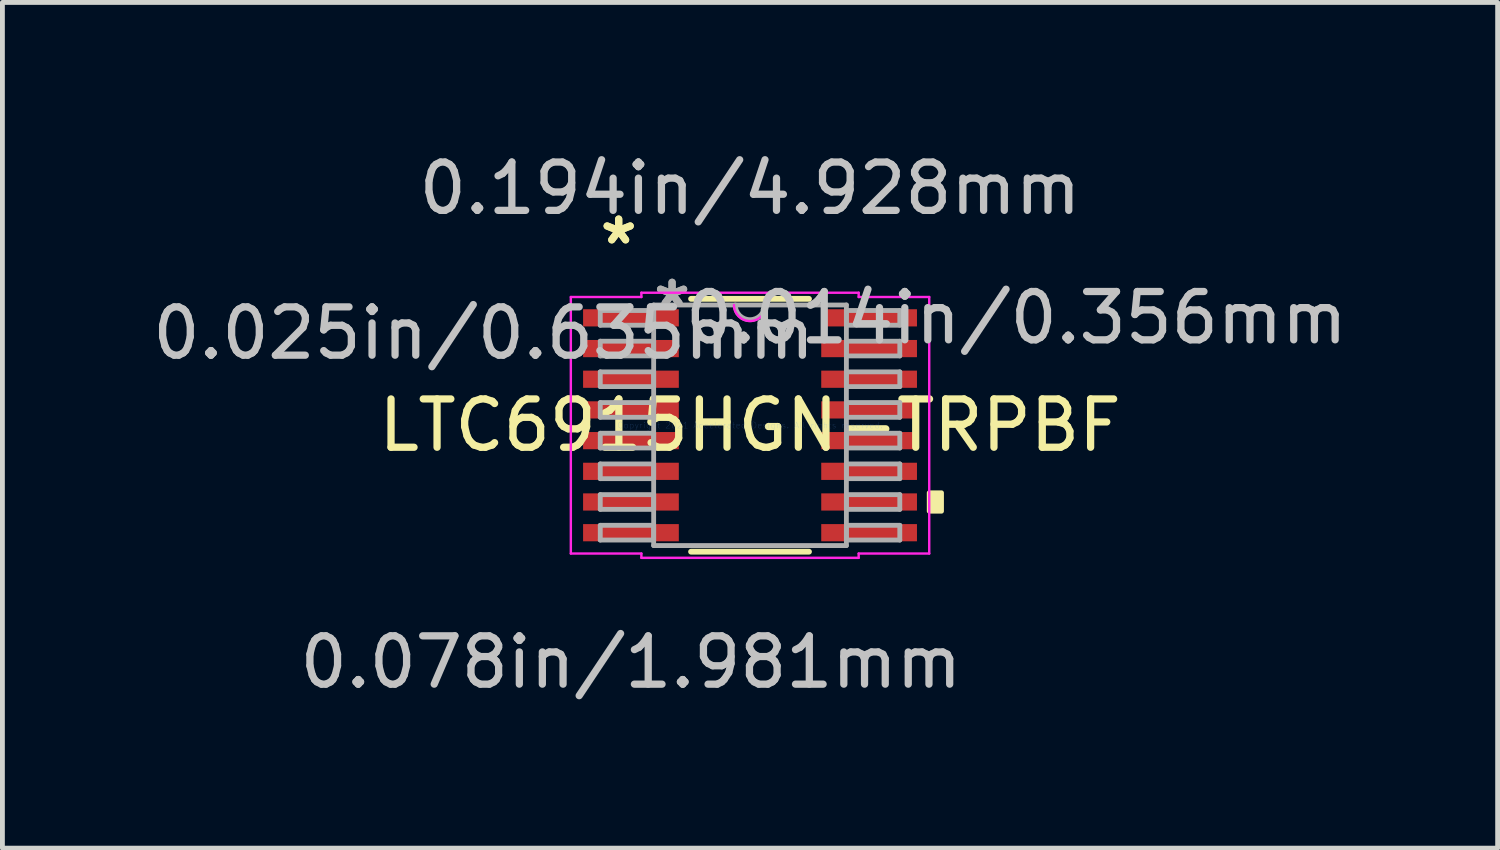
<source format=kicad_pcb>
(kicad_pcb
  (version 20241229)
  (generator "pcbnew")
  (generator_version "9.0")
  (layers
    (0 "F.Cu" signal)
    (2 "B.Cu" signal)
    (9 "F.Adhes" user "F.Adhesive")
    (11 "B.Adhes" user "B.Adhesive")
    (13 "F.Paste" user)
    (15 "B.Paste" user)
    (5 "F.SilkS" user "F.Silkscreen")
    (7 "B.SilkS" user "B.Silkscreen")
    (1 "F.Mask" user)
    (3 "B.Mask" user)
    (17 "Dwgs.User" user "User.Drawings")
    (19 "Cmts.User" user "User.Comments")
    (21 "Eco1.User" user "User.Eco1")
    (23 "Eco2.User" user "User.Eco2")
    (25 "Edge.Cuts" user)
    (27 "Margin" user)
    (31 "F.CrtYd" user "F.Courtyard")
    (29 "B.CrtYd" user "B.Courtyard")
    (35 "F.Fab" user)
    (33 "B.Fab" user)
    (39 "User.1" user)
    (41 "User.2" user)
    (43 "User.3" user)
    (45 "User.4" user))
  (footprint "LTC6915HGN-TRPBF"
    (layer "F.Cu")
    (at 12.47 5.75)
    (property "Reference" "LTC6915HGN-TRPBF" (at 0 0 0) (layer "F.SilkS") (effects (font (size 1 1) (thickness 0.15))))
    (attr through_hole)
    (fp_line (start -1.22 2.616) (end 1.22 2.616) (stroke (width 0.12) (type solid)) (layer "F.SilkS"))
    (fp_line (start 1.22 -2.616) (end -1.22 -2.616) (stroke (width 0.12) (type solid)) (layer "F.SilkS"))
    (fp_poly (pts (xy 3.962 1.397) (xy 3.962 1.778) (xy 3.708 1.778) (xy 3.708 1.397)) (stroke (width 0.1) (type solid)) (fill yes) (layer "F.SilkS"))
    (fp_line (start -3.708 -2.654) (end -2.248 -2.654) (stroke (width 0.05) (type solid)) (layer "F.CrtYd"))
    (fp_line (start -3.708 2.654) (end -3.708 -2.654) (stroke (width 0.05) (type solid)) (layer "F.CrtYd"))
    (fp_line (start -2.248 -2.743) (end 2.248 -2.743) (stroke (width 0.05) (type solid)) (layer "F.CrtYd"))
    (fp_line (start -2.248 -2.654) (end -2.248 -2.743) (stroke (width 0.05) (type solid)) (layer "F.CrtYd"))
    (fp_line (start -2.248 2.654) (end -3.708 2.654) (stroke (width 0.05) (type solid)) (layer "F.CrtYd"))
    (fp_line (start -2.248 2.743) (end -2.248 2.654) (stroke (width 0.05) (type solid)) (layer "F.CrtYd"))
    (fp_line (start 2.248 -2.743) (end 2.248 -2.654) (stroke (width 0.05) (type solid)) (layer "F.CrtYd"))
    (fp_line (start 2.248 -2.654) (end 3.708 -2.654) (stroke (width 0.05) (type solid)) (layer "F.CrtYd"))
    (fp_line (start 2.248 2.654) (end 2.248 2.743) (stroke (width 0.05) (type solid)) (layer "F.CrtYd"))
    (fp_line (start 2.248 2.743) (end -2.248 2.743) (stroke (width 0.05) (type solid)) (layer "F.CrtYd"))
    (fp_line (start 3.708 -2.654) (end 3.708 2.654) (stroke (width 0.05) (type solid)) (layer "F.CrtYd"))
    (fp_line (start 3.708 2.654) (end 2.248 2.654) (stroke (width 0.05) (type solid)) (layer "F.CrtYd"))
    (fp_arc (start 0.332317 -2.4892) (mid 0 -2.156883) (end -0.332317 -2.4892) (stroke (width 0.05) (type solid)) (layer "F.CrtYd"))
    (fp_line (start -3.099 -2.375) (end -3.099 -2.07) (stroke (width 0.1) (type solid)) (layer "F.Fab"))
    (fp_line (start -3.099 -2.07) (end -1.994 -2.07) (stroke (width 0.1) (type solid)) (layer "F.Fab"))
    (fp_line (start -3.099 -1.74) (end -3.099 -1.435) (stroke (width 0.1) (type solid)) (layer "F.Fab"))
    (fp_line (start -3.099 -1.435) (end -1.994 -1.435) (stroke (width 0.1) (type solid)) (layer "F.Fab"))
    (fp_line (start -3.099 -1.105) (end -3.099 -0.8) (stroke (width 0.1) (type solid)) (layer "F.Fab"))
    (fp_line (start -3.099 -0.8) (end -1.994 -0.8) (stroke (width 0.1) (type solid)) (layer "F.Fab"))
    (fp_line (start -3.099 -0.47) (end -3.099 -0.165) (stroke (width 0.1) (type solid)) (layer "F.Fab"))
    (fp_line (start -3.099 -0.165) (end -1.994 -0.165) (stroke (width 0.1) (type solid)) (layer "F.Fab"))
    (fp_line (start -3.099 0.165) (end -3.099 0.47) (stroke (width 0.1) (type solid)) (layer "F.Fab"))
    (fp_line (start -3.099 0.47) (end -1.994 0.47) (stroke (width 0.1) (type solid)) (layer "F.Fab"))
    (fp_line (start -3.099 0.8) (end -3.099 1.105) (stroke (width 0.1) (type solid)) (layer "F.Fab"))
    (fp_line (start -3.099 1.105) (end -1.994 1.105) (stroke (width 0.1) (type solid)) (layer "F.Fab"))
    (fp_line (start -3.099 1.435) (end -3.099 1.74) (stroke (width 0.1) (type solid)) (layer "F.Fab"))
    (fp_line (start -3.099 1.74) (end -1.994 1.74) (stroke (width 0.1) (type solid)) (layer "F.Fab"))
    (fp_line (start -3.099 2.07) (end -3.099 2.375) (stroke (width 0.1) (type solid)) (layer "F.Fab"))
    (fp_line (start -3.099 2.375) (end -1.994 2.375) (stroke (width 0.1) (type solid)) (layer "F.Fab"))
    (fp_line (start -1.994 -2.489) (end -1.994 2.489) (stroke (width 0.1) (type solid)) (layer "F.Fab"))
    (fp_line (start -1.994 -2.375) (end -3.099 -2.375) (stroke (width 0.1) (type solid)) (layer "F.Fab"))
    (fp_line (start -1.994 -2.07) (end -1.994 -2.375) (stroke (width 0.1) (type solid)) (layer "F.Fab"))
    (fp_line (start -1.994 -1.74) (end -3.099 -1.74) (stroke (width 0.1) (type solid)) (layer "F.Fab"))
    (fp_line (start -1.994 -1.435) (end -1.994 -1.74) (stroke (width 0.1) (type solid)) (layer "F.Fab"))
    (fp_line (start -1.994 -1.105) (end -3.099 -1.105) (stroke (width 0.1) (type solid)) (layer "F.Fab"))
    (fp_line (start -1.994 -0.8) (end -1.994 -1.105) (stroke (width 0.1) (type solid)) (layer "F.Fab"))
    (fp_line (start -1.994 -0.47) (end -3.099 -0.47) (stroke (width 0.1) (type solid)) (layer "F.Fab"))
    (fp_line (start -1.994 -0.165) (end -1.994 -0.47) (stroke (width 0.1) (type solid)) (layer "F.Fab"))
    (fp_line (start -1.994 0.165) (end -3.099 0.165) (stroke (width 0.1) (type solid)) (layer "F.Fab"))
    (fp_line (start -1.994 0.47) (end -1.994 0.165) (stroke (width 0.1) (type solid)) (layer "F.Fab"))
    (fp_line (start -1.994 0.8) (end -3.099 0.8) (stroke (width 0.1) (type solid)) (layer "F.Fab"))
    (fp_line (start -1.994 1.105) (end -1.994 0.8) (stroke (width 0.1) (type solid)) (layer "F.Fab"))
    (fp_line (start -1.994 1.435) (end -3.099 1.435) (stroke (width 0.1) (type solid)) (layer "F.Fab"))
    (fp_line (start -1.994 1.74) (end -1.994 1.435) (stroke (width 0.1) (type solid)) (layer "F.Fab"))
    (fp_line (start -1.994 2.07) (end -3.099 2.07) (stroke (width 0.1) (type solid)) (layer "F.Fab"))
    (fp_line (start -1.994 2.375) (end -1.994 2.07) (stroke (width 0.1) (type solid)) (layer "F.Fab"))
    (fp_line (start -1.994 2.489) (end 1.994 2.489) (stroke (width 0.1) (type solid)) (layer "F.Fab"))
    (fp_line (start 1.994 -2.489) (end -1.994 -2.489) (stroke (width 0.1) (type solid)) (layer "F.Fab"))
    (fp_line (start 1.994 -2.375) (end 1.994 -2.07) (stroke (width 0.1) (type solid)) (layer "F.Fab"))
    (fp_line (start 1.994 -2.07) (end 3.099 -2.07) (stroke (width 0.1) (type solid)) (layer "F.Fab"))
    (fp_line (start 1.994 -1.74) (end 1.994 -1.435) (stroke (width 0.1) (type solid)) (layer "F.Fab"))
    (fp_line (start 1.994 -1.435) (end 3.099 -1.435) (stroke (width 0.1) (type solid)) (layer "F.Fab"))
    (fp_line (start 1.994 -1.105) (end 1.994 -0.8) (stroke (width 0.1) (type solid)) (layer "F.Fab"))
    (fp_line (start 1.994 -0.8) (end 3.099 -0.8) (stroke (width 0.1) (type solid)) (layer "F.Fab"))
    (fp_line (start 1.994 -0.47) (end 1.994 -0.165) (stroke (width 0.1) (type solid)) (layer "F.Fab"))
    (fp_line (start 1.994 -0.165) (end 3.099 -0.165) (stroke (width 0.1) (type solid)) (layer "F.Fab"))
    (fp_line (start 1.994 0.165) (end 1.994 0.47) (stroke (width 0.1) (type solid)) (layer "F.Fab"))
    (fp_line (start 1.994 0.47) (end 3.099 0.47) (stroke (width 0.1) (type solid)) (layer "F.Fab"))
    (fp_line (start 1.994 0.8) (end 1.994 1.105) (stroke (width 0.1) (type solid)) (layer "F.Fab"))
    (fp_line (start 1.994 1.105) (end 3.099 1.105) (stroke (width 0.1) (type solid)) (layer "F.Fab"))
    (fp_line (start 1.994 1.435) (end 1.994 1.74) (stroke (width 0.1) (type solid)) (layer "F.Fab"))
    (fp_line (start 1.994 1.74) (end 3.099 1.74) (stroke (width 0.1) (type solid)) (layer "F.Fab"))
    (fp_line (start 1.994 2.07) (end 1.994 2.375) (stroke (width 0.1) (type solid)) (layer "F.Fab"))
    (fp_line (start 1.994 2.375) (end 3.099 2.375) (stroke (width 0.1) (type solid)) (layer "F.Fab"))
    (fp_line (start 1.994 2.489) (end 1.994 -2.489) (stroke (width 0.1) (type solid)) (layer "F.Fab"))
    (fp_line (start 3.099 -2.375) (end 1.994 -2.375) (stroke (width 0.1) (type solid)) (layer "F.Fab"))
    (fp_line (start 3.099 -2.07) (end 3.099 -2.375) (stroke (width 0.1) (type solid)) (layer "F.Fab"))
    (fp_line (start 3.099 -1.74) (end 1.994 -1.74) (stroke (width 0.1) (type solid)) (layer "F.Fab"))
    (fp_line (start 3.099 -1.435) (end 3.099 -1.74) (stroke (width 0.1) (type solid)) (layer "F.Fab"))
    (fp_line (start 3.099 -1.105) (end 1.994 -1.105) (stroke (width 0.1) (type solid)) (layer "F.Fab"))
    (fp_line (start 3.099 -0.8) (end 3.099 -1.105) (stroke (width 0.1) (type solid)) (layer "F.Fab"))
    (fp_line (start 3.099 -0.47) (end 1.994 -0.47) (stroke (width 0.1) (type solid)) (layer "F.Fab"))
    (fp_line (start 3.099 -0.165) (end 3.099 -0.47) (stroke (width 0.1) (type solid)) (layer "F.Fab"))
    (fp_line (start 3.099 0.165) (end 1.994 0.165) (stroke (width 0.1) (type solid)) (layer "F.Fab"))
    (fp_line (start 3.099 0.47) (end 3.099 0.165) (stroke (width 0.1) (type solid)) (layer "F.Fab"))
    (fp_line (start 3.099 0.8) (end 1.994 0.8) (stroke (width 0.1) (type solid)) (layer "F.Fab"))
    (fp_line (start 3.099 1.105) (end 3.099 0.8) (stroke (width 0.1) (type solid)) (layer "F.Fab"))
    (fp_line (start 3.099 1.435) (end 1.994 1.435) (stroke (width 0.1) (type solid)) (layer "F.Fab"))
    (fp_line (start 3.099 1.74) (end 3.099 1.435) (stroke (width 0.1) (type solid)) (layer "F.Fab"))
    (fp_line (start 3.099 2.07) (end 1.994 2.07) (stroke (width 0.1) (type solid)) (layer "F.Fab"))
    (fp_line (start 3.099 2.375) (end 3.099 2.07) (stroke (width 0.1) (type solid)) (layer "F.Fab"))
    (fp_arc (start 0.3048 -2.4892) (mid 0 -2.1844) (end -0.3048 -2.4892) (stroke (width 0.1) (type solid)) (layer "F.Fab"))
    (fp_text user "*" (at -2.718 -3.721 0) (layer "F.SilkS") (effects (font (size 1 1) (thickness 0.15))))
    (fp_text user "*" (at -2.718 -3.721 0) (layer "F.SilkS") (effects (font (size 1 1) (thickness 0.15))))
    (fp_text user "0.025in/0.635mm" (at -5.512 -1.905 0) (layer "Dwgs.User") (effects (font (size 1 1) (thickness 0.15))))
    (fp_text user "0.014in/0.356mm" (at 5.512 -2.223 0) (layer "Dwgs.User") (effects (font (size 1 1) (thickness 0.15))))
    (fp_text user "0.194in/4.928mm" (at 0 -4.902 0) (layer "Dwgs.User") (effects (font (size 1 1) (thickness 0.15))))
    (fp_text user "0.078in/1.981mm" (at -2.464 4.902 0) (layer "Dwgs.User") (effects (font (size 1 1) (thickness 0.15))))
    (fp_text user "Copyright 2021 Accelerated Designs. All rights reserved." (at 0 0 0) (layer "Cmts.User") (effects (font (size 0.127 0.127) (thickness 0.002))))
    (fp_text user "*" (at -1.613 -2.413 0) (layer "F.Fab") (effects (font (size 1 1) (thickness 0.15))))
    (fp_text user "*" (at -1.613 -2.413 0) (layer "F.Fab") (effects (font (size 1 1) (thickness 0.15))))
    (pad "1" smd rect (at -2.464 -2.223) (size 1.981 0.356) (layers "F.Cu" "F.Mask" "F.Paste"))
    (pad "2" smd rect (at -2.464 -1.587) (size 1.981 0.356) (layers "F.Cu" "F.Mask" "F.Paste"))
    (pad "3" smd rect (at -2.464 -0.953) (size 1.981 0.356) (layers "F.Cu" "F.Mask" "F.Paste"))
    (pad "4" smd rect (at -2.464 -0.318) (size 1.981 0.356) (layers "F.Cu" "F.Mask" "F.Paste"))
    (pad "5" smd rect (at -2.464 0.318) (size 1.981 0.356) (layers "F.Cu" "F.Mask" "F.Paste"))
    (pad "6" smd rect (at -2.464 0.953) (size 1.981 0.356) (layers "F.Cu" "F.Mask" "F.Paste"))
    (pad "7" smd rect (at -2.464 1.587) (size 1.981 0.356) (layers "F.Cu" "F.Mask" "F.Paste"))
    (pad "8" smd rect (at -2.464 2.223) (size 1.981 0.356) (layers "F.Cu" "F.Mask" "F.Paste"))
    (pad "9" smd rect (at 2.464 2.223) (size 1.981 0.356) (layers "F.Cu" "F.Mask" "F.Paste"))
    (pad "10" smd rect (at 2.464 1.587) (size 1.981 0.356) (layers "F.Cu" "F.Mask" "F.Paste"))
    (pad "11" smd rect (at 2.464 0.953) (size 1.981 0.356) (layers "F.Cu" "F.Mask" "F.Paste"))
    (pad "12" smd rect (at 2.464 0.318) (size 1.981 0.356) (layers "F.Cu" "F.Mask" "F.Paste"))
    (pad "13" smd rect (at 2.464 -0.318) (size 1.981 0.356) (layers "F.Cu" "F.Mask" "F.Paste"))
    (pad "14" smd rect (at 2.464 -0.953) (size 1.981 0.356) (layers "F.Cu" "F.Mask" "F.Paste"))
    (pad "15" smd rect (at 2.464 -1.587) (size 1.981 0.356) (layers "F.Cu" "F.Mask" "F.Paste"))
    (pad "16" smd rect (at 2.464 -2.223) (size 1.981 0.356) (layers "F.Cu" "F.Mask" "F.Paste")))
  (gr_rect
    (start -3 -3)
    (end 27.94 14.501)
    (stroke (width 0.1) (type default))
    (fill no)
    (layer "Edge.Cuts")))
</source>
